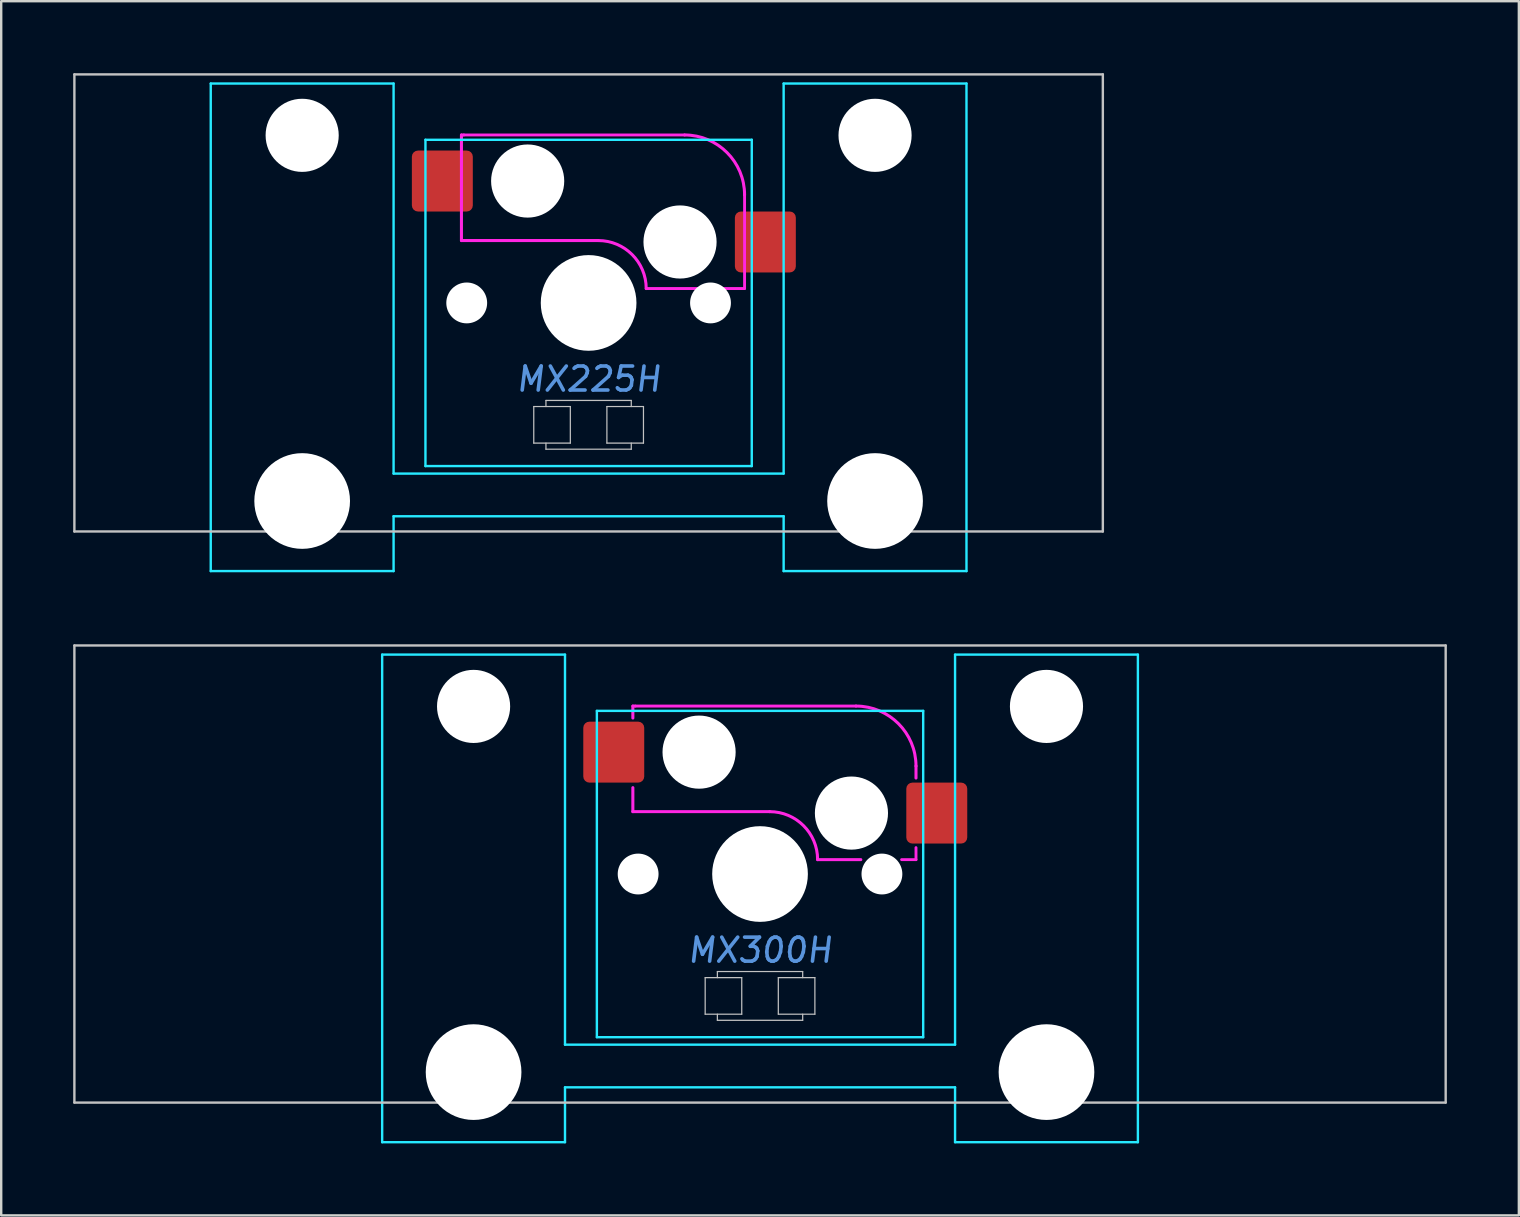
<source format=kicad_pcb>
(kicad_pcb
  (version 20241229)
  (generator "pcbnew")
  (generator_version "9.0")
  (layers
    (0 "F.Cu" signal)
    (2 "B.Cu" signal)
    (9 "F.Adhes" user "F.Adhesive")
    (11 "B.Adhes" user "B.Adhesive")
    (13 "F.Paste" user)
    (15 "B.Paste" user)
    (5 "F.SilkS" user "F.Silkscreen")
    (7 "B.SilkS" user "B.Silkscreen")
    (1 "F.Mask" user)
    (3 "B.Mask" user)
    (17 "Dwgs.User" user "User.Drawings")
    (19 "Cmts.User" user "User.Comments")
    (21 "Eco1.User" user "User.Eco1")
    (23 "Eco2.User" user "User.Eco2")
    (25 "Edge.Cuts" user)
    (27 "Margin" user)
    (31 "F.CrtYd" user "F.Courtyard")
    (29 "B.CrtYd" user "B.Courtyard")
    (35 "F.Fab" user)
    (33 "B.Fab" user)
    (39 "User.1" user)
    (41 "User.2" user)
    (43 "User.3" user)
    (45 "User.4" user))
  (footprint "MX300H"
    (layer "F.Cu")
    (at 28.625 33.376)
    (property "Reference" "MX300H" (at 0 3.175 0) (layer "Cmts.User") (effects (font (size 1 1) (thickness 0.15) (italic yes))))
    (attr smd)
    (fp_line (start -28.575 -9.525) (end -28.575 9.525) (stroke (width 0.1) (type solid)) (layer "Dwgs.User"))
    (fp_line (start -28.575 -9.525) (end 28.575 -9.525) (stroke (width 0.1) (type solid)) (layer "Dwgs.User"))
    (fp_line (start -28.575 9.525) (end 28.575 9.525) (stroke (width 0.1) (type solid)) (layer "Dwgs.User"))
    (fp_line (start -2.286 4.318) (end -0.762 4.318) (stroke (width 0.051) (type solid)) (layer "Dwgs.User"))
    (fp_line (start -2.286 5.842) (end -2.286 4.318) (stroke (width 0.051) (type solid)) (layer "Dwgs.User"))
    (fp_line (start -1.778 4.064) (end 1.778 4.064) (stroke (width 0.051) (type solid)) (layer "Dwgs.User"))
    (fp_line (start -1.778 4.318) (end -1.778 4.064) (stroke (width 0.051) (type solid)) (layer "Dwgs.User"))
    (fp_line (start -1.778 6.096) (end -1.778 5.842) (stroke (width 0.051) (type solid)) (layer "Dwgs.User"))
    (fp_line (start -0.762 4.318) (end -0.762 5.842) (stroke (width 0.051) (type solid)) (layer "Dwgs.User"))
    (fp_line (start -0.762 5.842) (end -2.286 5.842) (stroke (width 0.051) (type solid)) (layer "Dwgs.User"))
    (fp_line (start 0.762 4.318) (end 2.286 4.318) (stroke (width 0.051) (type solid)) (layer "Dwgs.User"))
    (fp_line (start 0.762 5.842) (end 0.762 4.318) (stroke (width 0.051) (type solid)) (layer "Dwgs.User"))
    (fp_line (start 1.778 4.064) (end 1.778 4.318) (stroke (width 0.051) (type solid)) (layer "Dwgs.User"))
    (fp_line (start 1.778 5.842) (end 1.778 6.096) (stroke (width 0.051) (type solid)) (layer "Dwgs.User"))
    (fp_line (start 1.778 6.096) (end -1.778 6.096) (stroke (width 0.051) (type solid)) (layer "Dwgs.User"))
    (fp_line (start 2.286 4.318) (end 2.286 5.842) (stroke (width 0.051) (type solid)) (layer "Dwgs.User"))
    (fp_line (start 2.286 5.842) (end 0.762 5.842) (stroke (width 0.051) (type solid)) (layer "Dwgs.User"))
    (fp_line (start 28.575 -9.525) (end 28.575 9.525) (stroke (width 0.1) (type solid)) (layer "Dwgs.User"))
    (fp_line (start -15.438 -5.485) (end -15.438 8.515) (stroke (width 0.1) (type solid)) (layer "Eco1.User"))
    (fp_line (start -14.938 -5.985) (end -8.938 -5.985) (stroke (width 0.1) (type solid)) (layer "Eco1.User"))
    (fp_line (start -8.938 9.015) (end -14.938 9.015) (stroke (width 0.1) (type solid)) (layer "Eco1.User"))
    (fp_line (start -8.438 8.515) (end -8.438 -5.485) (stroke (width 0.1) (type solid)) (layer "Eco1.User"))
    (fp_line (start -7 -6.5) (end -7 6.5) (stroke (width 0.1) (type solid)) (layer "Eco1.User"))
    (fp_line (start -6.5 7) (end 6.5 7) (stroke (width 0.1) (type solid)) (layer "Eco1.User"))
    (fp_line (start 6.5 -7) (end -6.5 -7) (stroke (width 0.1) (type solid)) (layer "Eco1.User"))
    (fp_line (start 7 6.5) (end 7 -6.5) (stroke (width 0.1) (type solid)) (layer "Eco1.User"))
    (fp_line (start 8.438 -5.485) (end 8.438 8.515) (stroke (width 0.1) (type solid)) (layer "Eco1.User"))
    (fp_line (start 8.938 -5.985) (end 14.938 -5.985) (stroke (width 0.1) (type solid)) (layer "Eco1.User"))
    (fp_line (start 14.938 9.015) (end 8.938 9.015) (stroke (width 0.1) (type solid)) (layer "Eco1.User"))
    (fp_line (start 15.438 8.515) (end 15.438 -5.485) (stroke (width 0.1) (type solid)) (layer "Eco1.User"))
    (fp_arc (start -15.438 -5.485) (mid -15.291553 -5.838553) (end -14.938 -5.985) (stroke (width 0.1) (type solid)) (layer "Eco1.User"))
    (fp_arc (start -14.938 9.015) (mid -15.291553 8.868553) (end -15.438 8.515) (stroke (width 0.1) (type solid)) (layer "Eco1.User"))
    (fp_arc (start -8.938 -5.985) (mid -8.584447 -5.838553) (end -8.438 -5.485) (stroke (width 0.1) (type solid)) (layer "Eco1.User"))
    (fp_arc (start -8.438 8.515) (mid -8.584447 8.868553) (end -8.938 9.015) (stroke (width 0.1) (type solid)) (layer "Eco1.User"))
    (fp_arc (start -7 -6.5) (mid -6.853553 -6.853553) (end -6.5 -7) (stroke (width 0.1) (type solid)) (layer "Eco1.User"))
    (fp_arc (start -6.5 7) (mid -6.853553 6.853553) (end -7 6.5) (stroke (width 0.1) (type solid)) (layer "Eco1.User"))
    (fp_arc (start 6.5 -7) (mid 6.853553 -6.853553) (end 7 -6.5) (stroke (width 0.1) (type solid)) (layer "Eco1.User"))
    (fp_arc (start 7 6.5) (mid 6.853553 6.853553) (end 6.5 7) (stroke (width 0.1) (type solid)) (layer "Eco1.User"))
    (fp_arc (start 8.438 -5.485) (mid 8.584447 -5.838553) (end 8.938 -5.985) (stroke (width 0.1) (type solid)) (layer "Eco1.User"))
    (fp_arc (start 8.938 9.015) (mid 8.584447 8.868553) (end 8.438 8.515) (stroke (width 0.1) (type solid)) (layer "Eco1.User"))
    (fp_arc (start 14.938 -5.985) (mid 15.291553 -5.838553) (end 15.438 -5.485) (stroke (width 0.1) (type solid)) (layer "Eco1.User"))
    (fp_arc (start 15.438 8.515) (mid 15.291553 8.868553) (end 14.938 9.015) (stroke (width 0.1) (type solid)) (layer "Eco1.User"))
    (fp_line (start -15.748 -9.144) (end -15.748 11.176) (stroke (width 0.1) (type solid)) (layer "B.CrtYd"))
    (fp_line (start -15.748 11.176) (end -8.128 11.176) (stroke (width 0.1) (type solid)) (layer "B.CrtYd"))
    (fp_line (start -8.128 -9.144) (end -15.748 -9.144) (stroke (width 0.1) (type solid)) (layer "B.CrtYd"))
    (fp_line (start -8.128 7.112) (end -8.128 -9.144) (stroke (width 0.1) (type solid)) (layer "B.CrtYd"))
    (fp_line (start -8.128 7.112) (end 8.128 7.112) (stroke (width 0.1) (type solid)) (layer "B.CrtYd"))
    (fp_line (start -8.128 8.89) (end -8.128 11.176) (stroke (width 0.1) (type solid)) (layer "B.CrtYd"))
    (fp_line (start -8.128 8.89) (end 8.128 8.89) (stroke (width 0.1) (type solid)) (layer "B.CrtYd"))
    (fp_line (start -6.8 -6.8) (end -6.8 6.8) (stroke (width 0.1) (type solid)) (layer "B.CrtYd"))
    (fp_line (start 6.8 -6.8) (end -6.8 -6.8) (stroke (width 0.1) (type solid)) (layer "B.CrtYd"))
    (fp_line (start 6.8 -6.8) (end 6.8 6.8) (stroke (width 0.1) (type solid)) (layer "B.CrtYd"))
    (fp_line (start 6.8 6.8) (end -6.8 6.8) (stroke (width 0.1) (type solid)) (layer "B.CrtYd"))
    (fp_line (start 8.128 -9.144) (end 15.748 -9.144) (stroke (width 0.1) (type solid)) (layer "B.CrtYd"))
    (fp_line (start 8.128 7.112) (end 8.128 -9.142) (stroke (width 0.1) (type solid)) (layer "B.CrtYd"))
    (fp_line (start 8.128 8.89) (end 8.128 11.176) (stroke (width 0.1) (type solid)) (layer "B.CrtYd"))
    (fp_line (start 15.748 11.176) (end 8.128 11.176) (stroke (width 0.1) (type solid)) (layer "B.CrtYd"))
    (fp_line (start 15.748 11.176) (end 15.748 -9.144) (stroke (width 0.1) (type solid)) (layer "B.CrtYd"))
    (fp_line (start -5.3 -7) (end -5.3 -6.5) (stroke (width 0.127) (type solid)) (layer "F.CrtYd"))
    (fp_line (start -5.3 -3.6) (end -5.3 -2.6) (stroke (width 0.127) (type solid)) (layer "F.CrtYd"))
    (fp_line (start -5.2 -7) (end -5.3 -7) (stroke (width 0.12) (type solid)) (layer "F.CrtYd"))
    (fp_line (start 0.4 -2.6) (end -5.3 -2.6) (stroke (width 0.127) (type solid)) (layer "F.CrtYd"))
    (fp_line (start 4 -7) (end -5.2 -7) (stroke (width 0.12) (type solid)) (layer "F.CrtYd"))
    (fp_line (start 4.2 -0.6) (end 2.4 -0.6) (stroke (width 0.127) (type solid)) (layer "F.CrtYd"))
    (fp_line (start 6.5 -4.5) (end 6.5 -4) (stroke (width 0.127) (type solid)) (layer "F.CrtYd"))
    (fp_line (start 6.5 -1.1) (end 6.5 -0.6) (stroke (width 0.12) (type solid)) (layer "F.CrtYd"))
    (fp_line (start 6.5 -0.6) (end 5.9 -0.6) (stroke (width 0.12) (type solid)) (layer "F.CrtYd"))
    (fp_arc (start 0.4 -2.6) (mid 1.814214 -2.014214) (end 2.4 -0.6) (stroke (width 0.127) (type solid)) (layer "F.CrtYd"))
    (fp_arc (start 4 -7) (mid 5.767767 -6.267767) (end 6.5 -4.5) (stroke (width 0.127) (type solid)) (layer "F.CrtYd"))
    (pad "" np_thru_hole circle (at -11.938 -6.985) (size 3.048 3.048) (drill 3.048) (layers "*.Cu" "*.Mask"))
    (pad "" np_thru_hole circle (at -11.938 8.255) (size 3.988 3.988) (drill 3.988) (layers "*.Cu" "*.Mask"))
    (pad "" np_thru_hole circle (at -5.08 0) (size 1.702 1.702) (drill 1.702) (layers "*.Cu" "*.Mask"))
    (pad "" np_thru_hole circle (at -2.54 -5.08) (size 3.048 3.048) (drill 3.048) (layers "*.Cu" "*.Mask"))
    (pad "" np_thru_hole circle (at 0 0) (size 3.988 3.988) (drill 3.988) (layers "*.Cu" "*.Mask"))
    (pad "" np_thru_hole circle (at 3.81 -2.54) (size 3.048 3.048) (drill 3.048) (layers "*.Cu" "*.Mask"))
    (pad "" np_thru_hole circle (at 5.08 0) (size 1.702 1.702) (drill 1.702) (layers "*.Cu" "*.Mask"))
    (pad "" np_thru_hole circle (at 11.938 -6.985) (size 3.048 3.048) (drill 3.048) (layers "*.Cu" "*.Mask"))
    (pad "" np_thru_hole circle (at 11.938 8.255) (size 3.988 3.988) (drill 3.988) (layers "*.Cu" "*.Mask"))
    (pad "1" smd roundrect (at -6.096 -5.08) (size 2.54 2.54) (layers "F.Cu" "F.Mask" "F.Paste") (roundrect_rratio 0.1))
    (pad "2" smd roundrect (at 7.366 -2.54) (size 2.54 2.54) (layers "F.Cu" "F.Mask" "F.Paste") (roundrect_rratio 0.1)))
  (footprint "MX225H"
    (layer "F.Cu")
    (at 21.481 9.575)
    (property "Reference" "MX225H" (at 0 3.175 0) (layer "Cmts.User") (effects (font (size 1 1) (thickness 0.15) (italic yes))))
    (attr smd)
    (fp_line (start -21.431 -9.525) (end -21.431 9.525) (stroke (width 0.1) (type solid)) (layer "Dwgs.User"))
    (fp_line (start -21.431 -9.525) (end 21.431 -9.525) (stroke (width 0.1) (type solid)) (layer "Dwgs.User"))
    (fp_line (start -21.431 9.525) (end 21.431 9.525) (stroke (width 0.1) (type solid)) (layer "Dwgs.User"))
    (fp_line (start -2.286 4.318) (end -0.762 4.318) (stroke (width 0.051) (type solid)) (layer "Dwgs.User"))
    (fp_line (start -2.286 5.842) (end -2.286 4.318) (stroke (width 0.051) (type solid)) (layer "Dwgs.User"))
    (fp_line (start -1.778 4.064) (end 1.778 4.064) (stroke (width 0.051) (type solid)) (layer "Dwgs.User"))
    (fp_line (start -1.778 4.318) (end -1.778 4.064) (stroke (width 0.051) (type solid)) (layer "Dwgs.User"))
    (fp_line (start -1.778 6.096) (end -1.778 5.842) (stroke (width 0.051) (type solid)) (layer "Dwgs.User"))
    (fp_line (start -0.762 4.318) (end -0.762 5.842) (stroke (width 0.051) (type solid)) (layer "Dwgs.User"))
    (fp_line (start -0.762 5.842) (end -2.286 5.842) (stroke (width 0.051) (type solid)) (layer "Dwgs.User"))
    (fp_line (start 0.762 4.318) (end 2.286 4.318) (stroke (width 0.051) (type solid)) (layer "Dwgs.User"))
    (fp_line (start 0.762 5.842) (end 0.762 4.318) (stroke (width 0.051) (type solid)) (layer "Dwgs.User"))
    (fp_line (start 1.778 4.064) (end 1.778 4.318) (stroke (width 0.051) (type solid)) (layer "Dwgs.User"))
    (fp_line (start 1.778 5.842) (end 1.778 6.096) (stroke (width 0.051) (type solid)) (layer "Dwgs.User"))
    (fp_line (start 1.778 6.096) (end -1.778 6.096) (stroke (width 0.051) (type solid)) (layer "Dwgs.User"))
    (fp_line (start 2.286 4.318) (end 2.286 5.842) (stroke (width 0.051) (type solid)) (layer "Dwgs.User"))
    (fp_line (start 2.286 5.842) (end 0.762 5.842) (stroke (width 0.051) (type solid)) (layer "Dwgs.User"))
    (fp_line (start 21.431 -9.525) (end 21.431 9.525) (stroke (width 0.1) (type solid)) (layer "Dwgs.User"))
    (fp_line (start -15.438 -5.485) (end -15.438 8.515) (stroke (width 0.1) (type solid)) (layer "Eco1.User"))
    (fp_line (start -14.938 -5.985) (end -8.938 -5.985) (stroke (width 0.1) (type solid)) (layer "Eco1.User"))
    (fp_line (start -8.938 9.015) (end -14.938 9.015) (stroke (width 0.1) (type solid)) (layer "Eco1.User"))
    (fp_line (start -8.438 8.515) (end -8.438 -5.485) (stroke (width 0.1) (type solid)) (layer "Eco1.User"))
    (fp_line (start -7 -6.5) (end -7 6.5) (stroke (width 0.1) (type solid)) (layer "Eco1.User"))
    (fp_line (start -6.5 7) (end 6.5 7) (stroke (width 0.1) (type solid)) (layer "Eco1.User"))
    (fp_line (start 6.5 -7) (end -6.5 -7) (stroke (width 0.1) (type solid)) (layer "Eco1.User"))
    (fp_line (start 7 6.5) (end 7 -6.5) (stroke (width 0.1) (type solid)) (layer "Eco1.User"))
    (fp_line (start 8.438 -5.485) (end 8.438 8.515) (stroke (width 0.1) (type solid)) (layer "Eco1.User"))
    (fp_line (start 8.938 -5.985) (end 14.938 -5.985) (stroke (width 0.1) (type solid)) (layer "Eco1.User"))
    (fp_line (start 14.938 9.015) (end 8.938 9.015) (stroke (width 0.1) (type solid)) (layer "Eco1.User"))
    (fp_line (start 15.438 8.515) (end 15.438 -5.485) (stroke (width 0.1) (type solid)) (layer "Eco1.User"))
    (fp_arc (start -15.438 -5.485) (mid -15.291553 -5.838553) (end -14.938 -5.985) (stroke (width 0.1) (type solid)) (layer "Eco1.User"))
    (fp_arc (start -14.938 9.015) (mid -15.291553 8.868553) (end -15.438 8.515) (stroke (width 0.1) (type solid)) (layer "Eco1.User"))
    (fp_arc (start -8.938 -5.985) (mid -8.584447 -5.838553) (end -8.438 -5.485) (stroke (width 0.1) (type solid)) (layer "Eco1.User"))
    (fp_arc (start -8.438 8.515) (mid -8.584447 8.868553) (end -8.938 9.015) (stroke (width 0.1) (type solid)) (layer "Eco1.User"))
    (fp_arc (start -7 -6.5) (mid -6.853553 -6.853553) (end -6.5 -7) (stroke (width 0.1) (type solid)) (layer "Eco1.User"))
    (fp_arc (start -6.5 7) (mid -6.853553 6.853553) (end -7 6.5) (stroke (width 0.1) (type solid)) (layer "Eco1.User"))
    (fp_arc (start 6.5 -7) (mid 6.853553 -6.853553) (end 7 -6.5) (stroke (width 0.1) (type solid)) (layer "Eco1.User"))
    (fp_arc (start 7 6.5) (mid 6.853553 6.853553) (end 6.5 7) (stroke (width 0.1) (type solid)) (layer "Eco1.User"))
    (fp_arc (start 8.438 -5.485) (mid 8.584447 -5.838553) (end 8.938 -5.985) (stroke (width 0.1) (type solid)) (layer "Eco1.User"))
    (fp_arc (start 8.938 9.015) (mid 8.584447 8.868553) (end 8.438 8.515) (stroke (width 0.1) (type solid)) (layer "Eco1.User"))
    (fp_arc (start 14.938 -5.985) (mid 15.291553 -5.838553) (end 15.438 -5.485) (stroke (width 0.1) (type solid)) (layer "Eco1.User"))
    (fp_arc (start 15.438 8.515) (mid 15.291553 8.868553) (end 14.938 9.015) (stroke (width 0.1) (type solid)) (layer "Eco1.User"))
    (fp_line (start -15.748 -9.144) (end -15.748 11.176) (stroke (width 0.1) (type solid)) (layer "B.CrtYd"))
    (fp_line (start -15.748 11.176) (end -8.128 11.176) (stroke (width 0.1) (type solid)) (layer "B.CrtYd"))
    (fp_line (start -8.128 -9.144) (end -15.748 -9.144) (stroke (width 0.1) (type solid)) (layer "B.CrtYd"))
    (fp_line (start -8.128 7.112) (end -8.128 -9.144) (stroke (width 0.1) (type solid)) (layer "B.CrtYd"))
    (fp_line (start -8.128 7.112) (end 8.128 7.112) (stroke (width 0.1) (type solid)) (layer "B.CrtYd"))
    (fp_line (start -8.128 8.89) (end -8.128 11.176) (stroke (width 0.1) (type solid)) (layer "B.CrtYd"))
    (fp_line (start -8.128 8.89) (end 8.128 8.89) (stroke (width 0.1) (type solid)) (layer "B.CrtYd"))
    (fp_line (start -6.8 -6.8) (end -6.8 6.8) (stroke (width 0.1) (type solid)) (layer "B.CrtYd"))
    (fp_line (start 6.8 -6.8) (end -6.8 -6.8) (stroke (width 0.1) (type solid)) (layer "B.CrtYd"))
    (fp_line (start 6.8 -6.8) (end 6.8 6.8) (stroke (width 0.1) (type solid)) (layer "B.CrtYd"))
    (fp_line (start 6.8 6.8) (end -6.8 6.8) (stroke (width 0.1) (type solid)) (layer "B.CrtYd"))
    (fp_line (start 8.128 -9.144) (end 15.748 -9.144) (stroke (width 0.1) (type solid)) (layer "B.CrtYd"))
    (fp_line (start 8.128 7.112) (end 8.128 -9.142) (stroke (width 0.1) (type solid)) (layer "B.CrtYd"))
    (fp_line (start 8.128 8.89) (end 8.128 11.176) (stroke (width 0.1) (type solid)) (layer "B.CrtYd"))
    (fp_line (start 15.748 11.176) (end 8.128 11.176) (stroke (width 0.1) (type solid)) (layer "B.CrtYd"))
    (fp_line (start 15.748 11.176) (end 15.748 -9.144) (stroke (width 0.1) (type solid)) (layer "B.CrtYd"))
    (fp_line (start -5.3 -7) (end -5.3 -2.6) (stroke (width 0.127) (type solid)) (layer "F.CrtYd"))
    (fp_line (start -5.2 -7) (end -5.3 -7) (stroke (width 0.12) (type solid)) (layer "F.CrtYd"))
    (fp_line (start 0.4 -2.6) (end -5.3 -2.6) (stroke (width 0.127) (type solid)) (layer "F.CrtYd"))
    (fp_line (start 4 -7) (end -5.2 -7) (stroke (width 0.12) (type solid)) (layer "F.CrtYd"))
    (fp_line (start 6.5 -4.5) (end 6.5 -0.6) (stroke (width 0.12) (type solid)) (layer "F.CrtYd"))
    (fp_line (start 6.5 -0.6) (end 2.4 -0.6) (stroke (width 0.12) (type solid)) (layer "F.CrtYd"))
    (fp_arc (start 0.4 -2.6) (mid 1.814214 -2.014214) (end 2.4 -0.6) (stroke (width 0.127) (type solid)) (layer "F.CrtYd"))
    (fp_arc (start 4 -7) (mid 5.767767 -6.267767) (end 6.5 -4.5) (stroke (width 0.127) (type solid)) (layer "F.CrtYd"))
    (pad "" np_thru_hole circle (at -11.938 -6.985) (size 3.048 3.048) (drill 3.048) (layers "*.Cu" "*.Mask"))
    (pad "" np_thru_hole circle (at -11.938 8.255) (size 3.988 3.988) (drill 3.988) (layers "*.Cu" "*.Mask"))
    (pad "" np_thru_hole circle (at -5.08 0) (size 1.702 1.702) (drill 1.702) (layers "*.Cu" "*.Mask"))
    (pad "" np_thru_hole circle (at -2.54 -5.08) (size 3.048 3.048) (drill 3.048) (layers "*.Cu" "*.Mask"))
    (pad "" np_thru_hole circle (at 0 0) (size 3.988 3.988) (drill 3.988) (layers "*.Cu" "*.Mask"))
    (pad "" np_thru_hole circle (at 3.81 -2.54) (size 3.048 3.048) (drill 3.048) (layers "*.Cu" "*.Mask"))
    (pad "" np_thru_hole circle (at 5.08 0) (size 1.702 1.702) (drill 1.702) (layers "*.Cu" "*.Mask"))
    (pad "" np_thru_hole circle (at 11.938 -6.985) (size 3.048 3.048) (drill 3.048) (layers "*.Cu" "*.Mask"))
    (pad "" np_thru_hole circle (at 11.938 8.255) (size 3.988 3.988) (drill 3.988) (layers "*.Cu" "*.Mask"))
    (pad "1" smd roundrect (at -6.096 -5.08) (size 2.54 2.54) (layers "F.Cu" "F.Mask") (roundrect_rratio 0.1))
    (pad "2" smd roundrect (at 7.366 -2.54) (size 2.54 2.54) (layers "F.Cu" "F.Mask") (roundrect_rratio 0.1)))
  (gr_rect
    (start -3 -3)
    (end 60.25 47.602)
    (stroke (width 0.1) (type default))
    (fill no)
    (layer "Edge.Cuts")))
</source>
